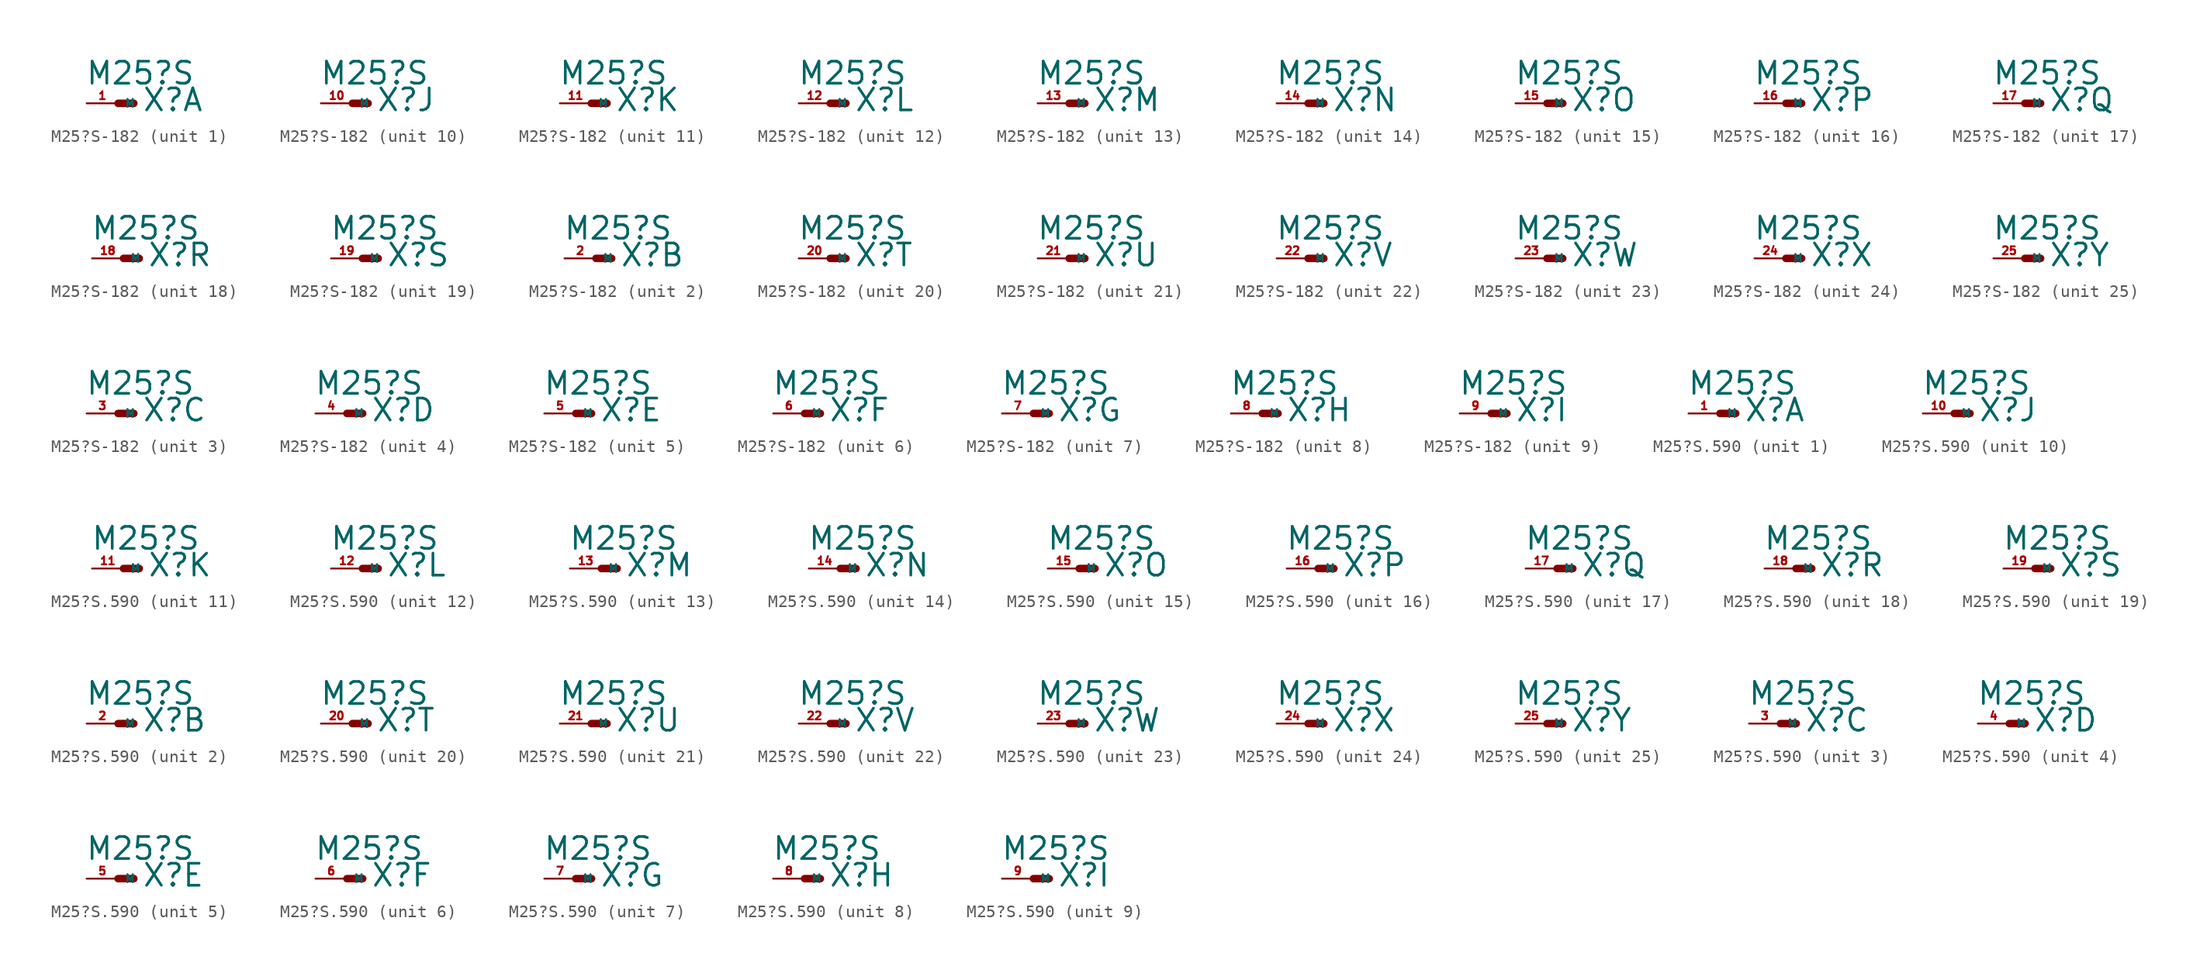
<source format=kicad_sym>
(kicad_symbol_lib
  (version 20220914)
  (generator Eagle2Kicad)
  (symbol "M25?S-182"
    (property "Reference" "X"
      (at 1.905 -0.762 0)
      (effects (font (size 1.778 1.778) (thickness 0.22)) (justify left bottom)))
    (property "Value" "M25?S"
      (at -2.667 1.397 0)
      (effects (font (size 1.778 1.778) (thickness 0.22)) (justify left bottom)))
    (symbol "M25?S-182_1_0"
      (polyline (pts (xy 0 0) (xy 1.27 0)) (stroke (width 0.61) (type default)) (fill (type none)))
      (pin passive line (at -2.54 0 0) (length 2.54) (name "M" (effects (font (size 0.635 0.635) (thickness 0.08)) (justify left bottom))) (number "1" (effects (font (size 0.635 0.635) (thickness 0.08)) (justify left bottom)))))
    (symbol "M25?S-182_2_0"
      (polyline (pts (xy 0 0) (xy 1.27 0)) (stroke (width 0.61) (type default)) (fill (type none)))
      (pin passive line (at -2.54 0 0) (length 2.54) (name "M" (effects (font (size 0.635 0.635) (thickness 0.08)) (justify left bottom))) (number "2" (effects (font (size 0.635 0.635) (thickness 0.08)) (justify left bottom)))))
    (symbol "M25?S-182_3_0"
      (polyline (pts (xy 0 0) (xy 1.27 0)) (stroke (width 0.61) (type default)) (fill (type none)))
      (pin passive line (at -2.54 0 0) (length 2.54) (name "M" (effects (font (size 0.635 0.635) (thickness 0.08)) (justify left bottom))) (number "3" (effects (font (size 0.635 0.635) (thickness 0.08)) (justify left bottom)))))
    (symbol "M25?S-182_4_0"
      (polyline (pts (xy 0 0) (xy 1.27 0)) (stroke (width 0.61) (type default)) (fill (type none)))
      (pin passive line (at -2.54 0 0) (length 2.54) (name "M" (effects (font (size 0.635 0.635) (thickness 0.08)) (justify left bottom))) (number "4" (effects (font (size 0.635 0.635) (thickness 0.08)) (justify left bottom)))))
    (symbol "M25?S-182_5_0"
      (polyline (pts (xy 0 0) (xy 1.27 0)) (stroke (width 0.61) (type default)) (fill (type none)))
      (pin passive line (at -2.54 0 0) (length 2.54) (name "M" (effects (font (size 0.635 0.635) (thickness 0.08)) (justify left bottom))) (number "5" (effects (font (size 0.635 0.635) (thickness 0.08)) (justify left bottom)))))
    (symbol "M25?S-182_6_0"
      (polyline (pts (xy 0 0) (xy 1.27 0)) (stroke (width 0.61) (type default)) (fill (type none)))
      (pin passive line (at -2.54 0 0) (length 2.54) (name "M" (effects (font (size 0.635 0.635) (thickness 0.08)) (justify left bottom))) (number "6" (effects (font (size 0.635 0.635) (thickness 0.08)) (justify left bottom)))))
    (symbol "M25?S-182_7_0"
      (polyline (pts (xy 0 0) (xy 1.27 0)) (stroke (width 0.61) (type default)) (fill (type none)))
      (pin passive line (at -2.54 0 0) (length 2.54) (name "M" (effects (font (size 0.635 0.635) (thickness 0.08)) (justify left bottom))) (number "7" (effects (font (size 0.635 0.635) (thickness 0.08)) (justify left bottom)))))
    (symbol "M25?S-182_8_0"
      (polyline (pts (xy 0 0) (xy 1.27 0)) (stroke (width 0.61) (type default)) (fill (type none)))
      (pin passive line (at -2.54 0 0) (length 2.54) (name "M" (effects (font (size 0.635 0.635) (thickness 0.08)) (justify left bottom))) (number "8" (effects (font (size 0.635 0.635) (thickness 0.08)) (justify left bottom)))))
    (symbol "M25?S-182_9_0"
      (polyline (pts (xy 0 0) (xy 1.27 0)) (stroke (width 0.61) (type default)) (fill (type none)))
      (pin passive line (at -2.54 0 0) (length 2.54) (name "M" (effects (font (size 0.635 0.635) (thickness 0.08)) (justify left bottom))) (number "9" (effects (font (size 0.635 0.635) (thickness 0.08)) (justify left bottom)))))
    (symbol "M25?S-182_10_0"
      (polyline (pts (xy 0 0) (xy 1.27 0)) (stroke (width 0.61) (type default)) (fill (type none)))
      (pin passive line (at -2.54 0 0) (length 2.54) (name "M" (effects (font (size 0.635 0.635) (thickness 0.08)) (justify left bottom))) (number "10" (effects (font (size 0.635 0.635) (thickness 0.08)) (justify left bottom)))))
    (symbol "M25?S-182_11_0"
      (polyline (pts (xy 0 0) (xy 1.27 0)) (stroke (width 0.61) (type default)) (fill (type none)))
      (pin passive line (at -2.54 0 0) (length 2.54) (name "M" (effects (font (size 0.635 0.635) (thickness 0.08)) (justify left bottom))) (number "11" (effects (font (size 0.635 0.635) (thickness 0.08)) (justify left bottom)))))
    (symbol "M25?S-182_12_0"
      (polyline (pts (xy 0 0) (xy 1.27 0)) (stroke (width 0.61) (type default)) (fill (type none)))
      (pin passive line (at -2.54 0 0) (length 2.54) (name "M" (effects (font (size 0.635 0.635) (thickness 0.08)) (justify left bottom))) (number "12" (effects (font (size 0.635 0.635) (thickness 0.08)) (justify left bottom)))))
    (symbol "M25?S-182_13_0"
      (polyline (pts (xy 0 0) (xy 1.27 0)) (stroke (width 0.61) (type default)) (fill (type none)))
      (pin passive line (at -2.54 0 0) (length 2.54) (name "M" (effects (font (size 0.635 0.635) (thickness 0.08)) (justify left bottom))) (number "13" (effects (font (size 0.635 0.635) (thickness 0.08)) (justify left bottom)))))
    (symbol "M25?S-182_14_0"
      (polyline (pts (xy 0 0) (xy 1.27 0)) (stroke (width 0.61) (type default)) (fill (type none)))
      (pin passive line (at -2.54 0 0) (length 2.54) (name "M" (effects (font (size 0.635 0.635) (thickness 0.08)) (justify left bottom))) (number "14" (effects (font (size 0.635 0.635) (thickness 0.08)) (justify left bottom)))))
    (symbol "M25?S-182_15_0"
      (polyline (pts (xy 0 0) (xy 1.27 0)) (stroke (width 0.61) (type default)) (fill (type none)))
      (pin passive line (at -2.54 0 0) (length 2.54) (name "M" (effects (font (size 0.635 0.635) (thickness 0.08)) (justify left bottom))) (number "15" (effects (font (size 0.635 0.635) (thickness 0.08)) (justify left bottom)))))
    (symbol "M25?S-182_16_0"
      (polyline (pts (xy 0 0) (xy 1.27 0)) (stroke (width 0.61) (type default)) (fill (type none)))
      (pin passive line (at -2.54 0 0) (length 2.54) (name "M" (effects (font (size 0.635 0.635) (thickness 0.08)) (justify left bottom))) (number "16" (effects (font (size 0.635 0.635) (thickness 0.08)) (justify left bottom)))))
    (symbol "M25?S-182_17_0"
      (polyline (pts (xy 0 0) (xy 1.27 0)) (stroke (width 0.61) (type default)) (fill (type none)))
      (pin passive line (at -2.54 0 0) (length 2.54) (name "M" (effects (font (size 0.635 0.635) (thickness 0.08)) (justify left bottom))) (number "17" (effects (font (size 0.635 0.635) (thickness 0.08)) (justify left bottom)))))
    (symbol "M25?S-182_18_0"
      (polyline (pts (xy 0 0) (xy 1.27 0)) (stroke (width 0.61) (type default)) (fill (type none)))
      (pin passive line (at -2.54 0 0) (length 2.54) (name "M" (effects (font (size 0.635 0.635) (thickness 0.08)) (justify left bottom))) (number "18" (effects (font (size 0.635 0.635) (thickness 0.08)) (justify left bottom)))))
    (symbol "M25?S-182_19_0"
      (polyline (pts (xy 0 0) (xy 1.27 0)) (stroke (width 0.61) (type default)) (fill (type none)))
      (pin passive line (at -2.54 0 0) (length 2.54) (name "M" (effects (font (size 0.635 0.635) (thickness 0.08)) (justify left bottom))) (number "19" (effects (font (size 0.635 0.635) (thickness 0.08)) (justify left bottom)))))
    (symbol "M25?S-182_20_0"
      (polyline (pts (xy 0 0) (xy 1.27 0)) (stroke (width 0.61) (type default)) (fill (type none)))
      (pin passive line (at -2.54 0 0) (length 2.54) (name "M" (effects (font (size 0.635 0.635) (thickness 0.08)) (justify left bottom))) (number "20" (effects (font (size 0.635 0.635) (thickness 0.08)) (justify left bottom)))))
    (symbol "M25?S-182_21_0"
      (polyline (pts (xy 0 0) (xy 1.27 0)) (stroke (width 0.61) (type default)) (fill (type none)))
      (pin passive line (at -2.54 0 0) (length 2.54) (name "M" (effects (font (size 0.635 0.635) (thickness 0.08)) (justify left bottom))) (number "21" (effects (font (size 0.635 0.635) (thickness 0.08)) (justify left bottom)))))
    (symbol "M25?S-182_22_0"
      (polyline (pts (xy 0 0) (xy 1.27 0)) (stroke (width 0.61) (type default)) (fill (type none)))
      (pin passive line (at -2.54 0 0) (length 2.54) (name "M" (effects (font (size 0.635 0.635) (thickness 0.08)) (justify left bottom))) (number "22" (effects (font (size 0.635 0.635) (thickness 0.08)) (justify left bottom)))))
    (symbol "M25?S-182_23_0"
      (polyline (pts (xy 0 0) (xy 1.27 0)) (stroke (width 0.61) (type default)) (fill (type none)))
      (pin passive line (at -2.54 0 0) (length 2.54) (name "M" (effects (font (size 0.635 0.635) (thickness 0.08)) (justify left bottom))) (number "23" (effects (font (size 0.635 0.635) (thickness 0.08)) (justify left bottom)))))
    (symbol "M25?S-182_24_0"
      (polyline (pts (xy 0 0) (xy 1.27 0)) (stroke (width 0.61) (type default)) (fill (type none)))
      (pin passive line (at -2.54 0 0) (length 2.54) (name "M" (effects (font (size 0.635 0.635) (thickness 0.08)) (justify left bottom))) (number "24" (effects (font (size 0.635 0.635) (thickness 0.08)) (justify left bottom)))))
    (symbol "M25?S-182_25_0"
      (polyline (pts (xy 0 0) (xy 1.27 0)) (stroke (width 0.61) (type default)) (fill (type none)))
      (pin passive line (at -2.54 0 0) (length 2.54) (name "M" (effects (font (size 0.635 0.635) (thickness 0.08)) (justify left bottom))) (number "25" (effects (font (size 0.635 0.635) (thickness 0.08)) (justify left bottom))))))
  (symbol "M25?S.590"
    (property "Reference" "X"
      (at 1.905 -0.762 0)
      (effects (font (size 1.778 1.778) (thickness 0.22)) (justify left bottom)))
    (property "Value" "M25?S"
      (at -2.667 1.397 0)
      (effects (font (size 1.778 1.778) (thickness 0.22)) (justify left bottom)))
    (symbol "M25?S.590_1_0"
      (polyline (pts (xy 0 0) (xy 1.27 0)) (stroke (width 0.61) (type default)) (fill (type none)))
      (pin passive line (at -2.54 0 0) (length 2.54) (name "M" (effects (font (size 0.635 0.635) (thickness 0.08)) (justify left bottom))) (number "1" (effects (font (size 0.635 0.635) (thickness 0.08)) (justify left bottom)))))
    (symbol "M25?S.590_2_0"
      (polyline (pts (xy 0 0) (xy 1.27 0)) (stroke (width 0.61) (type default)) (fill (type none)))
      (pin passive line (at -2.54 0 0) (length 2.54) (name "M" (effects (font (size 0.635 0.635) (thickness 0.08)) (justify left bottom))) (number "2" (effects (font (size 0.635 0.635) (thickness 0.08)) (justify left bottom)))))
    (symbol "M25?S.590_3_0"
      (polyline (pts (xy 0 0) (xy 1.27 0)) (stroke (width 0.61) (type default)) (fill (type none)))
      (pin passive line (at -2.54 0 0) (length 2.54) (name "M" (effects (font (size 0.635 0.635) (thickness 0.08)) (justify left bottom))) (number "3" (effects (font (size 0.635 0.635) (thickness 0.08)) (justify left bottom)))))
    (symbol "M25?S.590_4_0"
      (polyline (pts (xy 0 0) (xy 1.27 0)) (stroke (width 0.61) (type default)) (fill (type none)))
      (pin passive line (at -2.54 0 0) (length 2.54) (name "M" (effects (font (size 0.635 0.635) (thickness 0.08)) (justify left bottom))) (number "4" (effects (font (size 0.635 0.635) (thickness 0.08)) (justify left bottom)))))
    (symbol "M25?S.590_5_0"
      (polyline (pts (xy 0 0) (xy 1.27 0)) (stroke (width 0.61) (type default)) (fill (type none)))
      (pin passive line (at -2.54 0 0) (length 2.54) (name "M" (effects (font (size 0.635 0.635) (thickness 0.08)) (justify left bottom))) (number "5" (effects (font (size 0.635 0.635) (thickness 0.08)) (justify left bottom)))))
    (symbol "M25?S.590_6_0"
      (polyline (pts (xy 0 0) (xy 1.27 0)) (stroke (width 0.61) (type default)) (fill (type none)))
      (pin passive line (at -2.54 0 0) (length 2.54) (name "M" (effects (font (size 0.635 0.635) (thickness 0.08)) (justify left bottom))) (number "6" (effects (font (size 0.635 0.635) (thickness 0.08)) (justify left bottom)))))
    (symbol "M25?S.590_7_0"
      (polyline (pts (xy 0 0) (xy 1.27 0)) (stroke (width 0.61) (type default)) (fill (type none)))
      (pin passive line (at -2.54 0 0) (length 2.54) (name "M" (effects (font (size 0.635 0.635) (thickness 0.08)) (justify left bottom))) (number "7" (effects (font (size 0.635 0.635) (thickness 0.08)) (justify left bottom)))))
    (symbol "M25?S.590_8_0"
      (polyline (pts (xy 0 0) (xy 1.27 0)) (stroke (width 0.61) (type default)) (fill (type none)))
      (pin passive line (at -2.54 0 0) (length 2.54) (name "M" (effects (font (size 0.635 0.635) (thickness 0.08)) (justify left bottom))) (number "8" (effects (font (size 0.635 0.635) (thickness 0.08)) (justify left bottom)))))
    (symbol "M25?S.590_9_0"
      (polyline (pts (xy 0 0) (xy 1.27 0)) (stroke (width 0.61) (type default)) (fill (type none)))
      (pin passive line (at -2.54 0 0) (length 2.54) (name "M" (effects (font (size 0.635 0.635) (thickness 0.08)) (justify left bottom))) (number "9" (effects (font (size 0.635 0.635) (thickness 0.08)) (justify left bottom)))))
    (symbol "M25?S.590_10_0"
      (polyline (pts (xy 0 0) (xy 1.27 0)) (stroke (width 0.61) (type default)) (fill (type none)))
      (pin passive line (at -2.54 0 0) (length 2.54) (name "M" (effects (font (size 0.635 0.635) (thickness 0.08)) (justify left bottom))) (number "10" (effects (font (size 0.635 0.635) (thickness 0.08)) (justify left bottom)))))
    (symbol "M25?S.590_11_0"
      (polyline (pts (xy 0 0) (xy 1.27 0)) (stroke (width 0.61) (type default)) (fill (type none)))
      (pin passive line (at -2.54 0 0) (length 2.54) (name "M" (effects (font (size 0.635 0.635) (thickness 0.08)) (justify left bottom))) (number "11" (effects (font (size 0.635 0.635) (thickness 0.08)) (justify left bottom)))))
    (symbol "M25?S.590_12_0"
      (polyline (pts (xy 0 0) (xy 1.27 0)) (stroke (width 0.61) (type default)) (fill (type none)))
      (pin passive line (at -2.54 0 0) (length 2.54) (name "M" (effects (font (size 0.635 0.635) (thickness 0.08)) (justify left bottom))) (number "12" (effects (font (size 0.635 0.635) (thickness 0.08)) (justify left bottom)))))
    (symbol "M25?S.590_13_0"
      (polyline (pts (xy 0 0) (xy 1.27 0)) (stroke (width 0.61) (type default)) (fill (type none)))
      (pin passive line (at -2.54 0 0) (length 2.54) (name "M" (effects (font (size 0.635 0.635) (thickness 0.08)) (justify left bottom))) (number "13" (effects (font (size 0.635 0.635) (thickness 0.08)) (justify left bottom)))))
    (symbol "M25?S.590_14_0"
      (polyline (pts (xy 0 0) (xy 1.27 0)) (stroke (width 0.61) (type default)) (fill (type none)))
      (pin passive line (at -2.54 0 0) (length 2.54) (name "M" (effects (font (size 0.635 0.635) (thickness 0.08)) (justify left bottom))) (number "14" (effects (font (size 0.635 0.635) (thickness 0.08)) (justify left bottom)))))
    (symbol "M25?S.590_15_0"
      (polyline (pts (xy 0 0) (xy 1.27 0)) (stroke (width 0.61) (type default)) (fill (type none)))
      (pin passive line (at -2.54 0 0) (length 2.54) (name "M" (effects (font (size 0.635 0.635) (thickness 0.08)) (justify left bottom))) (number "15" (effects (font (size 0.635 0.635) (thickness 0.08)) (justify left bottom)))))
    (symbol "M25?S.590_16_0"
      (polyline (pts (xy 0 0) (xy 1.27 0)) (stroke (width 0.61) (type default)) (fill (type none)))
      (pin passive line (at -2.54 0 0) (length 2.54) (name "M" (effects (font (size 0.635 0.635) (thickness 0.08)) (justify left bottom))) (number "16" (effects (font (size 0.635 0.635) (thickness 0.08)) (justify left bottom)))))
    (symbol "M25?S.590_17_0"
      (polyline (pts (xy 0 0) (xy 1.27 0)) (stroke (width 0.61) (type default)) (fill (type none)))
      (pin passive line (at -2.54 0 0) (length 2.54) (name "M" (effects (font (size 0.635 0.635) (thickness 0.08)) (justify left bottom))) (number "17" (effects (font (size 0.635 0.635) (thickness 0.08)) (justify left bottom)))))
    (symbol "M25?S.590_18_0"
      (polyline (pts (xy 0 0) (xy 1.27 0)) (stroke (width 0.61) (type default)) (fill (type none)))
      (pin passive line (at -2.54 0 0) (length 2.54) (name "M" (effects (font (size 0.635 0.635) (thickness 0.08)) (justify left bottom))) (number "18" (effects (font (size 0.635 0.635) (thickness 0.08)) (justify left bottom)))))
    (symbol "M25?S.590_19_0"
      (polyline (pts (xy 0 0) (xy 1.27 0)) (stroke (width 0.61) (type default)) (fill (type none)))
      (pin passive line (at -2.54 0 0) (length 2.54) (name "M" (effects (font (size 0.635 0.635) (thickness 0.08)) (justify left bottom))) (number "19" (effects (font (size 0.635 0.635) (thickness 0.08)) (justify left bottom)))))
    (symbol "M25?S.590_20_0"
      (polyline (pts (xy 0 0) (xy 1.27 0)) (stroke (width 0.61) (type default)) (fill (type none)))
      (pin passive line (at -2.54 0 0) (length 2.54) (name "M" (effects (font (size 0.635 0.635) (thickness 0.08)) (justify left bottom))) (number "20" (effects (font (size 0.635 0.635) (thickness 0.08)) (justify left bottom)))))
    (symbol "M25?S.590_21_0"
      (polyline (pts (xy 0 0) (xy 1.27 0)) (stroke (width 0.61) (type default)) (fill (type none)))
      (pin passive line (at -2.54 0 0) (length 2.54) (name "M" (effects (font (size 0.635 0.635) (thickness 0.08)) (justify left bottom))) (number "21" (effects (font (size 0.635 0.635) (thickness 0.08)) (justify left bottom)))))
    (symbol "M25?S.590_22_0"
      (polyline (pts (xy 0 0) (xy 1.27 0)) (stroke (width 0.61) (type default)) (fill (type none)))
      (pin passive line (at -2.54 0 0) (length 2.54) (name "M" (effects (font (size 0.635 0.635) (thickness 0.08)) (justify left bottom))) (number "22" (effects (font (size 0.635 0.635) (thickness 0.08)) (justify left bottom)))))
    (symbol "M25?S.590_23_0"
      (polyline (pts (xy 0 0) (xy 1.27 0)) (stroke (width 0.61) (type default)) (fill (type none)))
      (pin passive line (at -2.54 0 0) (length 2.54) (name "M" (effects (font (size 0.635 0.635) (thickness 0.08)) (justify left bottom))) (number "23" (effects (font (size 0.635 0.635) (thickness 0.08)) (justify left bottom)))))
    (symbol "M25?S.590_24_0"
      (polyline (pts (xy 0 0) (xy 1.27 0)) (stroke (width 0.61) (type default)) (fill (type none)))
      (pin passive line (at -2.54 0 0) (length 2.54) (name "M" (effects (font (size 0.635 0.635) (thickness 0.08)) (justify left bottom))) (number "24" (effects (font (size 0.635 0.635) (thickness 0.08)) (justify left bottom)))))
    (symbol "M25?S.590_25_0"
      (polyline (pts (xy 0 0) (xy 1.27 0)) (stroke (width 0.61) (type default)) (fill (type none)))
      (pin passive line (at -2.54 0 0) (length 2.54) (name "M" (effects (font (size 0.635 0.635) (thickness 0.08)) (justify left bottom))) (number "25" (effects (font (size 0.635 0.635) (thickness 0.08)) (justify left bottom)))))))
</source>
